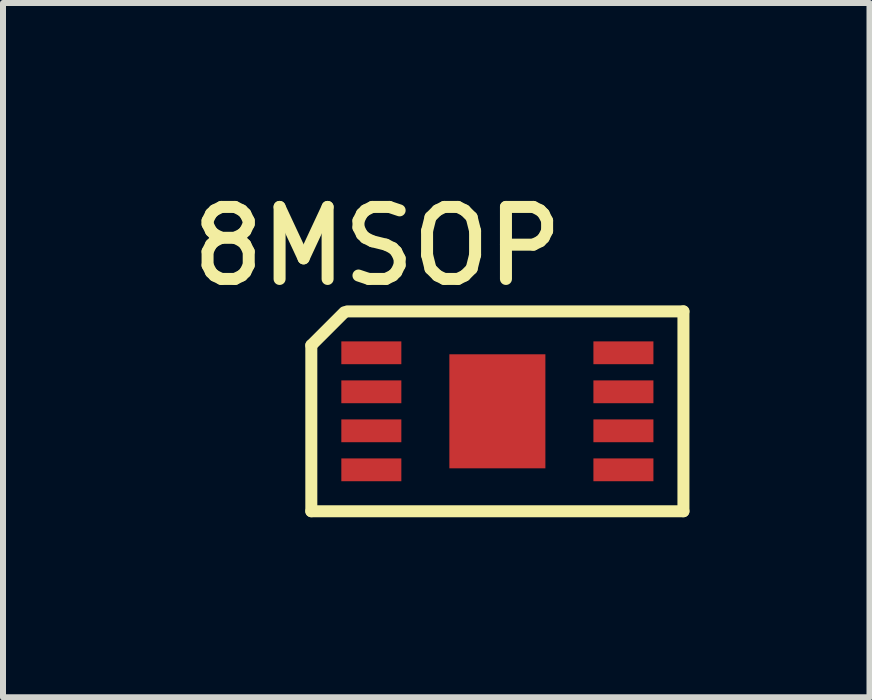
<source format=kicad_pcb>
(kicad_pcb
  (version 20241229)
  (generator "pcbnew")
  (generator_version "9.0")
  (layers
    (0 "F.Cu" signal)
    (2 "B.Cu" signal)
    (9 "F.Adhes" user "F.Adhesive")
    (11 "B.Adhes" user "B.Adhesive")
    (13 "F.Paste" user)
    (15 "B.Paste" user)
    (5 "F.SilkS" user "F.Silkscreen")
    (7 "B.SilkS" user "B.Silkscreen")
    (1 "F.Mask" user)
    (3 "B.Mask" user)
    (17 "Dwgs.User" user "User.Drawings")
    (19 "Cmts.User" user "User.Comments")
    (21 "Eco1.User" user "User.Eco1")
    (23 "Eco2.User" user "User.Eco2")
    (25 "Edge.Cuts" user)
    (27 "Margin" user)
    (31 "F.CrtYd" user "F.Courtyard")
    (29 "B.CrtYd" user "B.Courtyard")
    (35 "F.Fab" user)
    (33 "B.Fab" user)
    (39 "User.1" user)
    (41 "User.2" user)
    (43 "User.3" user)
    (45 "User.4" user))
  (footprint "8MSOP"
    (layer "F.Cu")
    (at 5.237 3.803)
    (property "Reference" "8MSOP" (at -2 -2.75 0) (layer "F.SilkS") (effects (font (size 1.2 1.2) (thickness 0.2))))
    (attr through_hole)
    (fp_line (start -3.1 -1.1) (end -3.1 1.665) (stroke (width 0.2) (type solid)) (layer "F.SilkS"))
    (fp_line (start -3.1 1.665) (end 3.1 1.665) (stroke (width 0.2) (type solid)) (layer "F.SilkS"))
    (fp_line (start -2.55 -1.65) (end -3.1 -1.1) (stroke (width 0.2) (type solid)) (layer "F.SilkS"))
    (fp_line (start 3.1 -1.665) (end -2.5 -1.665) (stroke (width 0.2) (type solid)) (layer "F.SilkS"))
    (fp_line (start 3.1 1.665) (end 3.1 -1.665) (stroke (width 0.2) (type solid)) (layer "F.SilkS"))
    (pad "1" smd rect (at -2.1 -0.975) (size 1 0.38) (layers "F.Cu" "F.Mask" "F.Paste"))
    (pad "2" smd rect (at -2.1 -0.325) (size 1 0.38) (layers "F.Cu" "F.Mask" "F.Paste"))
    (pad "3" smd rect (at -2.1 0.325) (size 1 0.38) (layers "F.Cu" "F.Mask" "F.Paste"))
    (pad "4" smd rect (at -2.1 0.975) (size 1 0.38) (layers "F.Cu" "F.Mask" "F.Paste"))
    (pad "5" smd rect (at 2.1 0.975) (size 1 0.38) (layers "F.Cu" "F.Mask" "F.Paste"))
    (pad "6" smd rect (at 2.1 0.325) (size 1 0.38) (layers "F.Cu" "F.Mask" "F.Paste"))
    (pad "7" smd rect (at 2.1 -0.325) (size 1 0.38) (layers "F.Cu" "F.Mask" "F.Paste"))
    (pad "8" smd rect (at 2.1 -0.975) (size 1 0.38) (layers "F.Cu" "F.Mask" "F.Paste"))
    (pad "EP" smd rect (at 0 0) (size 1.6 1.9) (layers "F.Cu" "F.Mask" "F.Paste")))
  (gr_rect
    (start -3 -3)
    (end 11.437 8.568)
    (stroke (width 0.1) (type default))
    (fill no)
    (layer "Edge.Cuts")))
</source>
